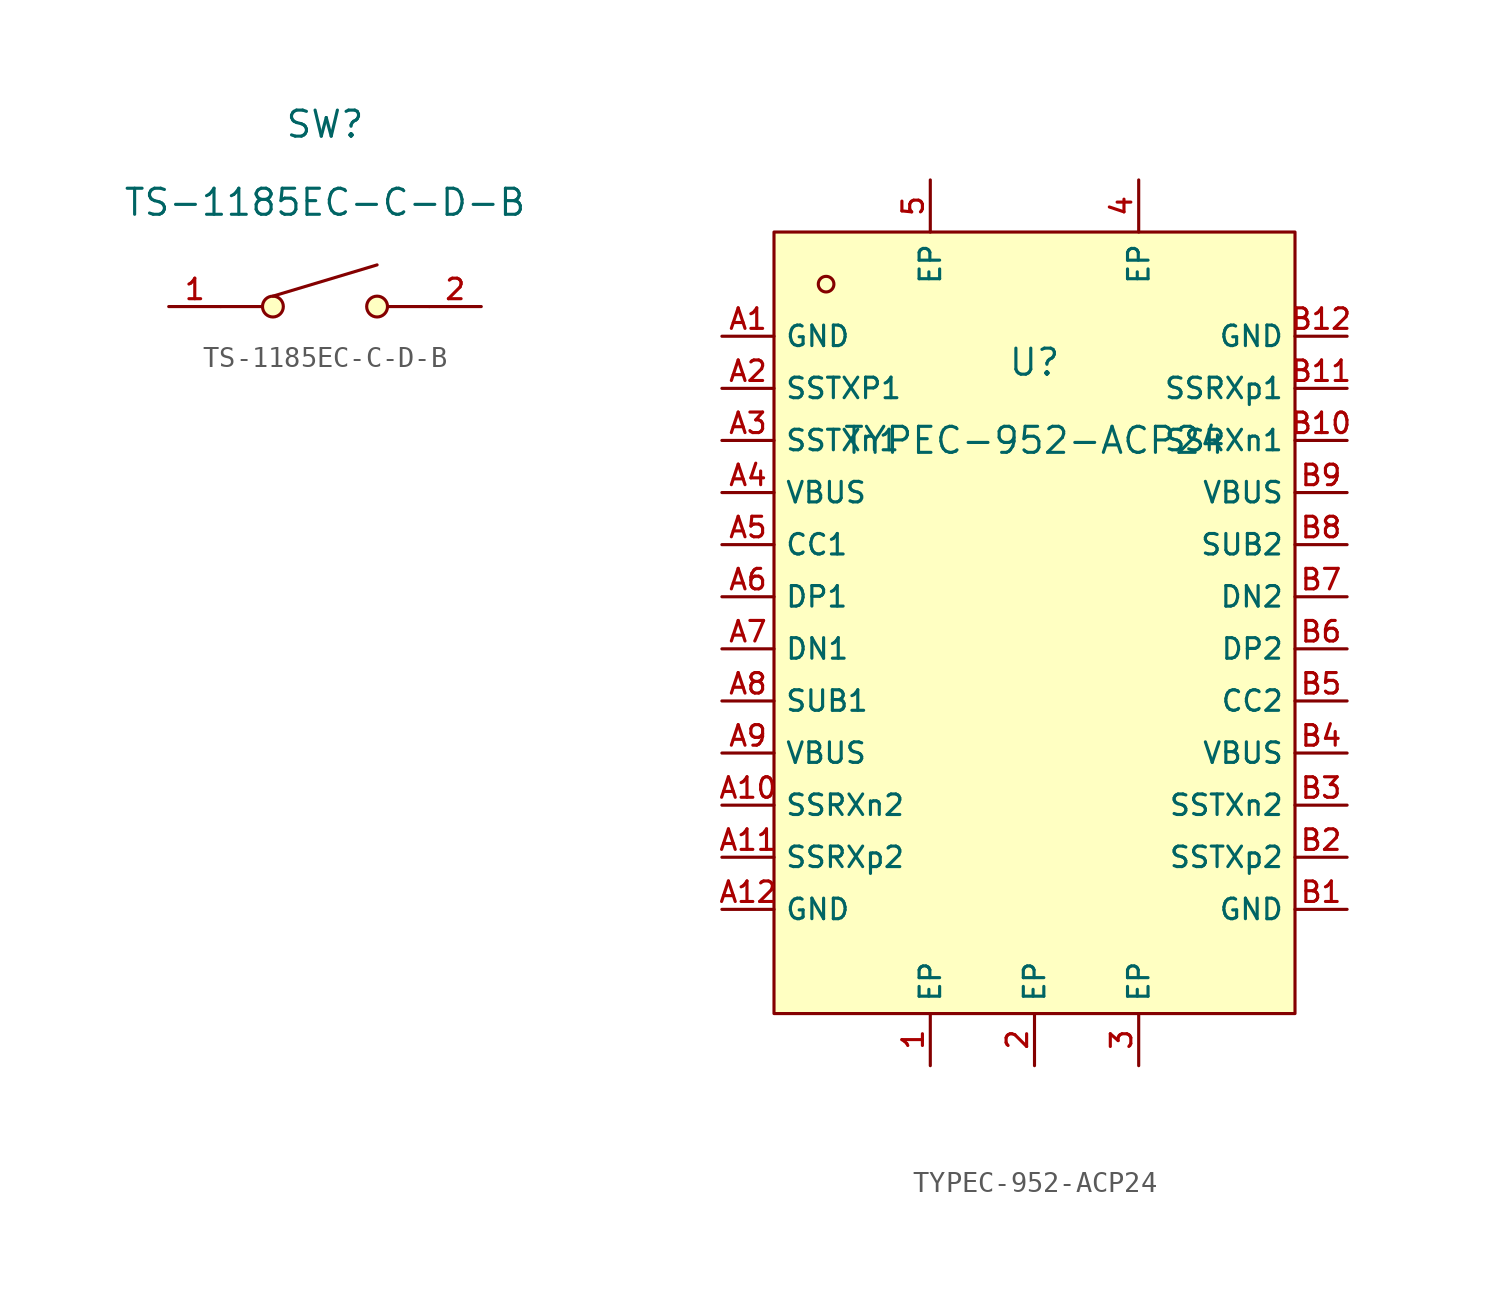
<source format=kicad_sym>
(kicad_symbol_lib
  (version 20220914)
  (generator kicad_symbol_editor)
  (symbol "TS-1185EC-C-D-B"
    (pin_names hide)
    (property "Reference" "SW"
      (at 0 8.89 0)
      (effects (font (size 1.27 1.27))))
    (property "Value" "TS-1185EC-C-D-B"
      (at 0 5.08 0)
      (effects (font (size 1.27 1.27))))
    (symbol "TS-1185EC-C-D-B_0_0"
      (circle (center -2.54 0) (radius 0.508) (stroke (width 0) (type default)) (fill (type background)))
      (polyline (pts (xy -5.08 0) (xy -3.048 0)) (stroke (width 0) (type default)) (fill (type none)))
      (polyline (pts (xy -2.54 0.508) (xy 2.54 2.032)) (stroke (width 0) (type default)) (fill (type none)))
      (polyline (pts (xy 3.048 0) (xy 5.08 0)) (stroke (width 0) (type default)) (fill (type none)))
      (circle (center 2.54 0) (radius 0.508) (stroke (width 0) (type default)) (fill (type background)))
      (pin unspecified line (at -7.62 0 0) (length 2.54) (name "1" (effects (font (size 1 1)))) (number "1" (effects (font (size 1 1)))))
      (pin unspecified line (at 7.62 0 180) (length 2.54) (name "2" (effects (font (size 1 1)))) (number "2" (effects (font (size 1 1)))))))
  (symbol "TYPEC-952-ACP24"
    (property "Reference" "U"
      (at 0 1.27 0)
      (effects (font (size 1.27 1.27))))
    (property "Value" "TYPEC-952-ACP24"
      (at 0 -2.54 0)
      (effects (font (size 1.27 1.27))))
    (symbol "TYPEC-952-ACP24_0_0"
      (rectangle (start -12.7 7.62) (end 12.7 -30.48) (stroke (width 0) (type default)) (fill (type background)))
      (circle (center -10.16 5.08) (radius 0.381) (stroke (width 0) (type default)) (fill (type background)))
      (pin unspecified line (at -5.08 -33.02 90) (length 2.54) (name "EP" (effects (font (size 1 1)))) (number "1" (effects (font (size 1 1)))))
      (pin unspecified line (at 0 -33.02 90) (length 2.54) (name "EP" (effects (font (size 1 1)))) (number "2" (effects (font (size 1 1)))))
      (pin unspecified line (at 5.08 -33.02 90) (length 2.54) (name "EP" (effects (font (size 1 1)))) (number "3" (effects (font (size 1 1)))))
      (pin unspecified line (at 5.08 10.16 270) (length 2.54) (name "EP" (effects (font (size 1 1)))) (number "4" (effects (font (size 1 1)))))
      (pin unspecified line (at -5.08 10.16 270) (length 2.54) (name "EP" (effects (font (size 1 1)))) (number "5" (effects (font (size 1 1)))))
      (pin unspecified line (at -15.24 2.54 0) (length 2.54) (name "GND" (effects (font (size 1 1)))) (number "A1" (effects (font (size 1 1)))))
      (pin unspecified line (at -15.24 -20.32 0) (length 2.54) (name "SSRXn2" (effects (font (size 1 1)))) (number "A10" (effects (font (size 1 1)))))
      (pin unspecified line (at -15.24 -22.86 0) (length 2.54) (name "SSRXp2" (effects (font (size 1 1)))) (number "A11" (effects (font (size 1 1)))))
      (pin unspecified line (at -15.24 -25.4 0) (length 2.54) (name "GND" (effects (font (size 1 1)))) (number "A12" (effects (font (size 1 1)))))
      (pin unspecified line (at -15.24 0 0) (length 2.54) (name "SSTXP1" (effects (font (size 1 1)))) (number "A2" (effects (font (size 1 1)))))
      (pin unspecified line (at -15.24 -2.54 0) (length 2.54) (name "SSTXn1" (effects (font (size 1 1)))) (number "A3" (effects (font (size 1 1)))))
      (pin unspecified line (at -15.24 -5.08 0) (length 2.54) (name "VBUS" (effects (font (size 1 1)))) (number "A4" (effects (font (size 1 1)))))
      (pin unspecified line (at -15.24 -7.62 0) (length 2.54) (name "CC1" (effects (font (size 1 1)))) (number "A5" (effects (font (size 1 1)))))
      (pin unspecified line (at -15.24 -10.16 0) (length 2.54) (name "DP1" (effects (font (size 1 1)))) (number "A6" (effects (font (size 1 1)))))
      (pin unspecified line (at -15.24 -12.7 0) (length 2.54) (name "DN1" (effects (font (size 1 1)))) (number "A7" (effects (font (size 1 1)))))
      (pin unspecified line (at -15.24 -15.24 0) (length 2.54) (name "SUB1" (effects (font (size 1 1)))) (number "A8" (effects (font (size 1 1)))))
      (pin unspecified line (at -15.24 -17.78 0) (length 2.54) (name "VBUS" (effects (font (size 1 1)))) (number "A9" (effects (font (size 1 1)))))
      (pin unspecified line (at 15.24 -25.4 180) (length 2.54) (name "GND" (effects (font (size 1 1)))) (number "B1" (effects (font (size 1 1)))))
      (pin unspecified line (at 15.24 -2.54 180) (length 2.54) (name "SSRXn1" (effects (font (size 1 1)))) (number "B10" (effects (font (size 1 1)))))
      (pin unspecified line (at 15.24 0 180) (length 2.54) (name "SSRXp1" (effects (font (size 1 1)))) (number "B11" (effects (font (size 1 1)))))
      (pin unspecified line (at 15.24 2.54 180) (length 2.54) (name "GND" (effects (font (size 1 1)))) (number "B12" (effects (font (size 1 1)))))
      (pin unspecified line (at 15.24 -22.86 180) (length 2.54) (name "SSTXp2" (effects (font (size 1 1)))) (number "B2" (effects (font (size 1 1)))))
      (pin unspecified line (at 15.24 -20.32 180) (length 2.54) (name "SSTXn2" (effects (font (size 1 1)))) (number "B3" (effects (font (size 1 1)))))
      (pin unspecified line (at 15.24 -17.78 180) (length 2.54) (name "VBUS" (effects (font (size 1 1)))) (number "B4" (effects (font (size 1 1)))))
      (pin unspecified line (at 15.24 -15.24 180) (length 2.54) (name "CC2" (effects (font (size 1 1)))) (number "B5" (effects (font (size 1 1)))))
      (pin unspecified line (at 15.24 -12.7 180) (length 2.54) (name "DP2" (effects (font (size 1 1)))) (number "B6" (effects (font (size 1 1)))))
      (pin unspecified line (at 15.24 -10.16 180) (length 2.54) (name "DN2" (effects (font (size 1 1)))) (number "B7" (effects (font (size 1 1)))))
      (pin unspecified line (at 15.24 -7.62 180) (length 2.54) (name "SUB2" (effects (font (size 1 1)))) (number "B8" (effects (font (size 1 1)))))
      (pin unspecified line (at 15.24 -5.08 180) (length 2.54) (name "VBUS" (effects (font (size 1 1)))) (number "B9" (effects (font (size 1 1))))))))
</source>
